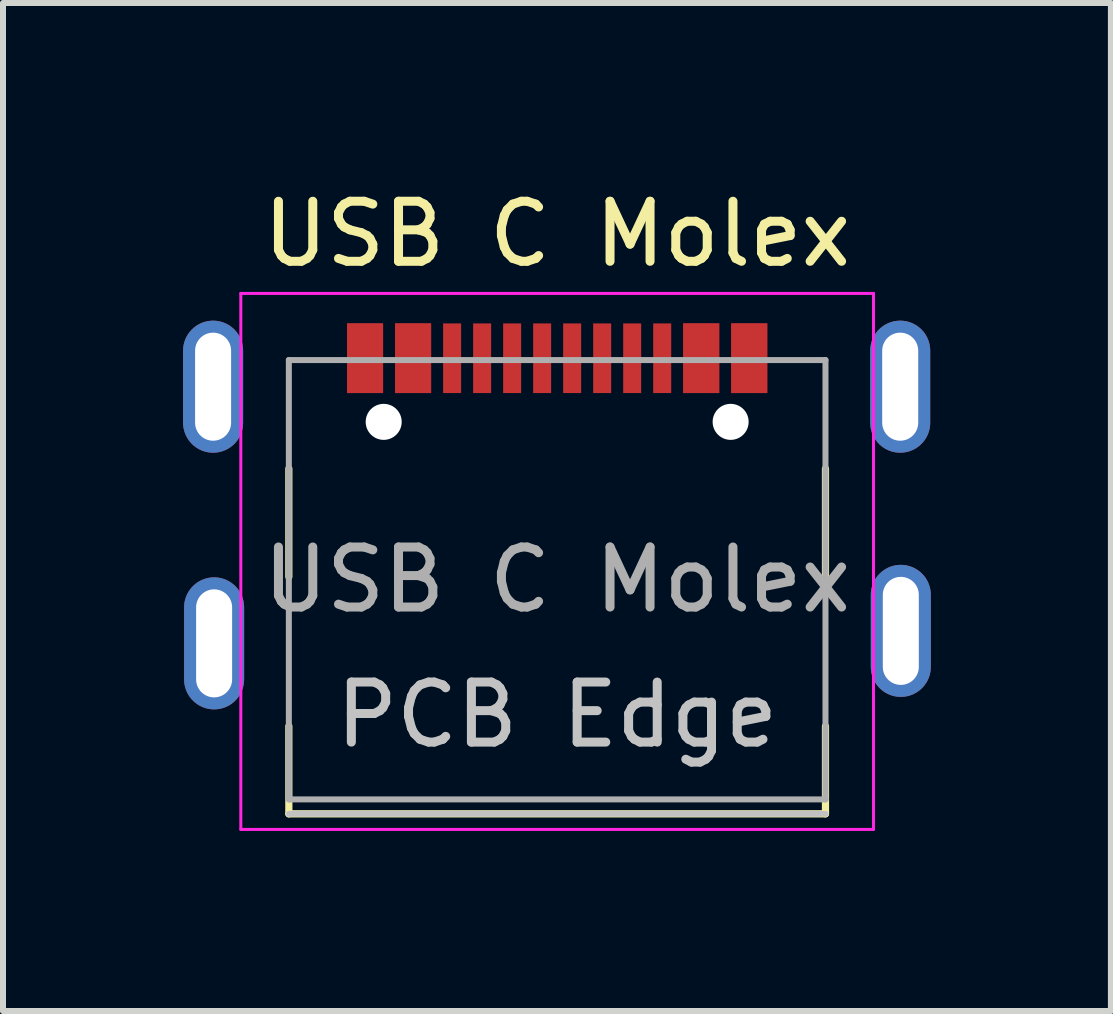
<source format=kicad_pcb>
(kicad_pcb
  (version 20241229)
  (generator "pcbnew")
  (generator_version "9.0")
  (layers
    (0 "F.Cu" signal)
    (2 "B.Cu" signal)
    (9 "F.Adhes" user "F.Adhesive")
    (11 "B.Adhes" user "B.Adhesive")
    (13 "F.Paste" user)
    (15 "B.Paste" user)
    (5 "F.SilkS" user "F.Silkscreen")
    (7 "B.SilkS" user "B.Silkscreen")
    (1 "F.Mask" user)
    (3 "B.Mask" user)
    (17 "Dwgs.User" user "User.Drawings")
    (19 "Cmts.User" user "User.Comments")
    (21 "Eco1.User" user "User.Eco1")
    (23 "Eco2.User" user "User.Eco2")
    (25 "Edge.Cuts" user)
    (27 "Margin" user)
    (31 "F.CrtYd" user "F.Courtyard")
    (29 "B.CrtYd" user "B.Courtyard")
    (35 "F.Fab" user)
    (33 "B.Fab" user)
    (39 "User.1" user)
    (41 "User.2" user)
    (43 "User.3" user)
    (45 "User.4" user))
  (footprint "USB C Molex"
    (layer "F.Cu")
    (at 6.232 5.428)
    (property "Reference" "USB C Molex" (at 0 -4.58 0) (layer "F.SilkS") (effects (font (size 1 1) (thickness 0.15))))
    (attr smd)
    (fp_line (start -4.47 -0.67) (end -4.47 1.13) (stroke (width 0.12) (type solid)) (layer "F.SilkS"))
    (fp_line (start -4.47 5.08) (end -4.47 3.62) (stroke (width 0.12) (type solid)) (layer "F.SilkS"))
    (fp_line (start 4.47 -0.67) (end 4.47 1.13) (stroke (width 0.12) (type solid)) (layer "F.SilkS"))
    (fp_line (start 4.47 5.08) (end -4.47 5.08) (stroke (width 0.12) (type solid)) (layer "F.SilkS"))
    (fp_line (start 4.47 5.08) (end 4.47 3.62) (stroke (width 0.12) (type solid)) (layer "F.SilkS"))
    (fp_line (start -4.47 5.08) (end 4.47 5.08) (stroke (width 0.1) (type solid)) (layer "Dwgs.User"))
    (fp_line (start -5.27 -3.59) (end -5.27 5.34) (stroke (width 0.05) (type solid)) (layer "F.CrtYd"))
    (fp_line (start -5.27 5.34) (end 5.27 5.34) (stroke (width 0.05) (type solid)) (layer "F.CrtYd"))
    (fp_line (start 5.27 -3.59) (end -5.27 -3.59) (stroke (width 0.05) (type solid)) (layer "F.CrtYd"))
    (fp_line (start 5.27 5.34) (end 5.27 -3.59) (stroke (width 0.05) (type solid)) (layer "F.CrtYd"))
    (fp_line (start -4.47 -2.48) (end -4.47 4.84) (stroke (width 0.1) (type solid)) (layer "F.Fab"))
    (fp_line (start -4.47 -2.48) (end 4.47 -2.48) (stroke (width 0.1) (type solid)) (layer "F.Fab"))
    (fp_line (start 4.47 -2.48) (end 4.47 4.84) (stroke (width 0.1) (type solid)) (layer "F.Fab"))
    (fp_line (start 4.47 4.84) (end -4.47 4.84) (stroke (width 0.1) (type solid)) (layer "F.Fab"))
    (fp_text user "PCB Edge" (at 0 3.43 0) (layer "Dwgs.User") (effects (font (size 1 1) (thickness 0.15))))
    (fp_text user "${REFERENCE}" (at 0 1.18 0) (layer "F.Fab") (effects (font (size 1 1) (thickness 0.15))))
    (pad "" np_thru_hole circle (at -2.89 -1.45 180) (size 0.6 0.6) (drill 0.6) (layers "*.Cu" "*.Mask"))
    (pad "" np_thru_hole circle (at 2.89 -1.45 180) (size 0.6 0.6) (drill 0.6) (layers "*.Cu" "*.Mask"))
    (pad "A1" smd rect (at -3.2 -2.51) (size 0.6 1.16) (layers "F.Cu" "F.Mask" "F.Paste"))
    (pad "A4" smd rect (at -2.4 -2.51) (size 0.6 1.16) (layers "F.Cu" "F.Mask" "F.Paste"))
    (pad "A5" smd rect (at -1.25 -2.51 180) (size 0.3 1.16) (layers "F.Cu" "F.Mask" "F.Paste"))
    (pad "A6" smd rect (at -0.25 -2.51 180) (size 0.3 1.16) (layers "F.Cu" "F.Mask" "F.Paste"))
    (pad "A7" smd rect (at 0.25 -2.51 180) (size 0.3 1.16) (layers "F.Cu" "F.Mask" "F.Paste"))
    (pad "A8" smd rect (at 1.25 -2.51 180) (size 0.3 1.16) (layers "F.Cu" "F.Mask" "F.Paste"))
    (pad "A9" smd rect (at 2.4 -2.51) (size 0.6 1.16) (layers "F.Cu" "F.Mask" "F.Paste"))
    (pad "A12" smd rect (at 3.2 -2.51) (size 0.6 1.16) (layers "F.Cu" "F.Mask" "F.Paste"))
    (pad "B1" smd rect (at 3.2 -2.51) (size 0.6 1.16) (layers "F.Cu" "F.Mask" "F.Paste"))
    (pad "B4" smd rect (at 2.4 -2.51) (size 0.6 1.16) (layers "F.Cu" "F.Mask" "F.Paste"))
    (pad "B5" smd rect (at 1.75 -2.51 180) (size 0.3 1.16) (layers "F.Cu" "F.Mask" "F.Paste"))
    (pad "B6" smd rect (at 0.75 -2.51 180) (size 0.3 1.16) (layers "F.Cu" "F.Mask" "F.Paste"))
    (pad "B7" smd rect (at -0.75 -2.51 180) (size 0.3 1.16) (layers "F.Cu" "F.Mask" "F.Paste"))
    (pad "B8" smd rect (at -1.75 -2.51 180) (size 0.3 1.16) (layers "F.Cu" "F.Mask" "F.Paste"))
    (pad "B9" smd rect (at -2.4 -2.51) (size 0.6 1.16) (layers "F.Cu" "F.Mask" "F.Paste"))
    (pad "B12" smd rect (at -3.2 -2.51) (size 0.6 1.16) (layers "F.Cu" "F.Mask" "F.Paste"))
    (pad "S1" thru_hole oval (at -5.732 -2.036 90) (size 2.2 1) (drill oval 1.8 0.6) (layers "*.Cu" "*.Mask"))
    (pad "S1" thru_hole oval (at -5.715 2.24 90) (size 2.2 1) (drill oval 1.8 0.6) (layers "*.Cu" "*.Mask"))
    (pad "S1" thru_hole oval (at 5.715 -2.036 90) (size 2.2 1) (drill oval 1.8 0.6) (layers "*.Cu" "*.Mask"))
    (pad "S1" thru_hole oval (at 5.725 2.032 90) (size 2.2 1) (drill oval 1.8 0.6) (layers "*.Cu" "*.Mask")))
  (gr_rect
    (start -3 -3)
    (end 15.457 13.793)
    (stroke (width 0.1) (type default))
    (fill no)
    (layer "Edge.Cuts")))
</source>
